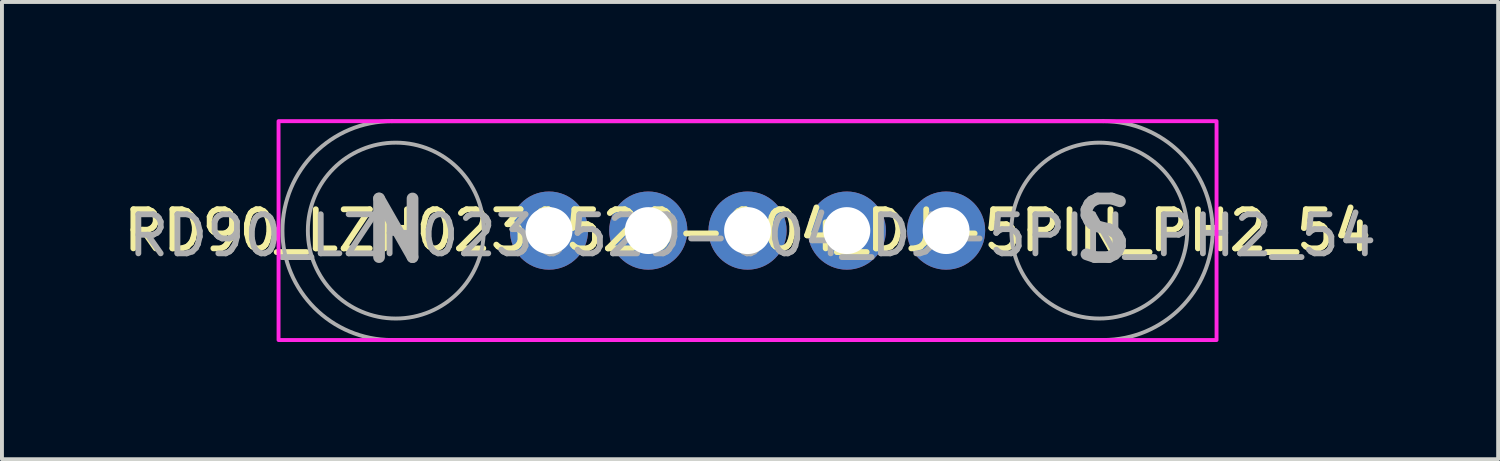
<source format=kicad_pcb>
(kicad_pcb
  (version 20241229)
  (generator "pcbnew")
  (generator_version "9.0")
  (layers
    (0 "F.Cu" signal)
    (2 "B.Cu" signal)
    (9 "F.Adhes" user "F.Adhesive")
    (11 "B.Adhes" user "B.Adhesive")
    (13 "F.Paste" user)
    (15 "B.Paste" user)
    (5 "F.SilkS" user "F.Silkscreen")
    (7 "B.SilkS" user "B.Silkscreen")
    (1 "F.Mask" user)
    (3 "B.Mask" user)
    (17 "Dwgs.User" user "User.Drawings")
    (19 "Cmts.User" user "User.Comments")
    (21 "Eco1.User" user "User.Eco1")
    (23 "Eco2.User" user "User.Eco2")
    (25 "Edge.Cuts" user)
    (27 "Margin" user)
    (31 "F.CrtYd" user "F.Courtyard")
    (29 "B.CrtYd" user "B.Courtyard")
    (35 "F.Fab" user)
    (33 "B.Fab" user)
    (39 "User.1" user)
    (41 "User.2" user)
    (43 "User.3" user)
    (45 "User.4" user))
  (footprint "RD90_LZH0230529-004_DJ-5PIN_PH2_54"
    (layer "F.Cu")
    (at 16.077 2.85)
    (property "Reference" "RD90_LZH0230529-004_DJ-5PIN_PH2_54" (at 0 0 0) (unlocked yes) (layer "F.SilkS") (effects (font (size 1 1) (thickness 0.15))))
    (attr through_hole)
    (fp_rect (start -12 -2.8) (end 12 2.8) (stroke (width 0.1) (type default)) (fill no) (layer "F.CrtYd"))
    (fp_line (start -9.1 -2.8) (end 9.1 -2.8) (stroke (width 0.1) (type default)) (layer "F.Fab"))
    (fp_line (start -9.1 2.8) (end 9.1 2.8) (stroke (width 0.1) (type default)) (layer "F.Fab"))
    (fp_arc (start -9.1 2.8) (mid -11.9 0) (end -9.1 -2.8) (stroke (width 0.1) (type default)) (layer "F.Fab"))
    (fp_arc (start 9.1 -2.8) (mid 11.9 0) (end 9.1 2.8) (stroke (width 0.1) (type default)) (layer "F.Fab"))
    (fp_circle (center -9 0) (end -6.75 0) (stroke (width 0.1) (type default)) (fill no) (layer "F.Fab"))
    (fp_circle (center 9 0) (end 11.25 0) (stroke (width 0.1) (type default)) (fill no) (layer "F.Fab"))
    (fp_text user "S" (at 9.1 0 0) (unlocked yes) (layer "F.Fab") (effects (font (size 1.5 1.5) (thickness 0.3) (bold yes))))
    (fp_text user "N" (at -9 0 0) (unlocked yes) (layer "F.Fab") (effects (font (size 1.5 1.5) (thickness 0.3) (bold yes))))
    (fp_text user "${REFERENCE}" (at 0.127 0.127 0) (unlocked yes) (layer "F.Fab") (effects (font (size 1 1) (thickness 0.15))))
    (pad "1" thru_hole circle (at -5.08 0) (size 2 2) (drill 1.2) (layers "*.Cu" "*.Mask"))
    (pad "2" thru_hole circle (at -2.54 0) (size 2 2) (drill 1.2) (layers "*.Cu" "*.Mask"))
    (pad "3" thru_hole circle (at 0 0) (size 2 2) (drill 1.2) (layers "*.Cu" "*.Mask"))
    (pad "4" thru_hole circle (at 2.54 0) (size 2 2) (drill 1.2) (layers "*.Cu" "*.Mask"))
    (pad "5" thru_hole circle (at 5.08 0) (size 2 2) (drill 1.2) (layers "*.Cu" "*.Mask")))
  (gr_rect
    (start -3 -3)
    (end 35.282 8.7)
    (stroke (width 0.1) (type default))
    (fill no)
    (layer "Edge.Cuts")))
</source>
